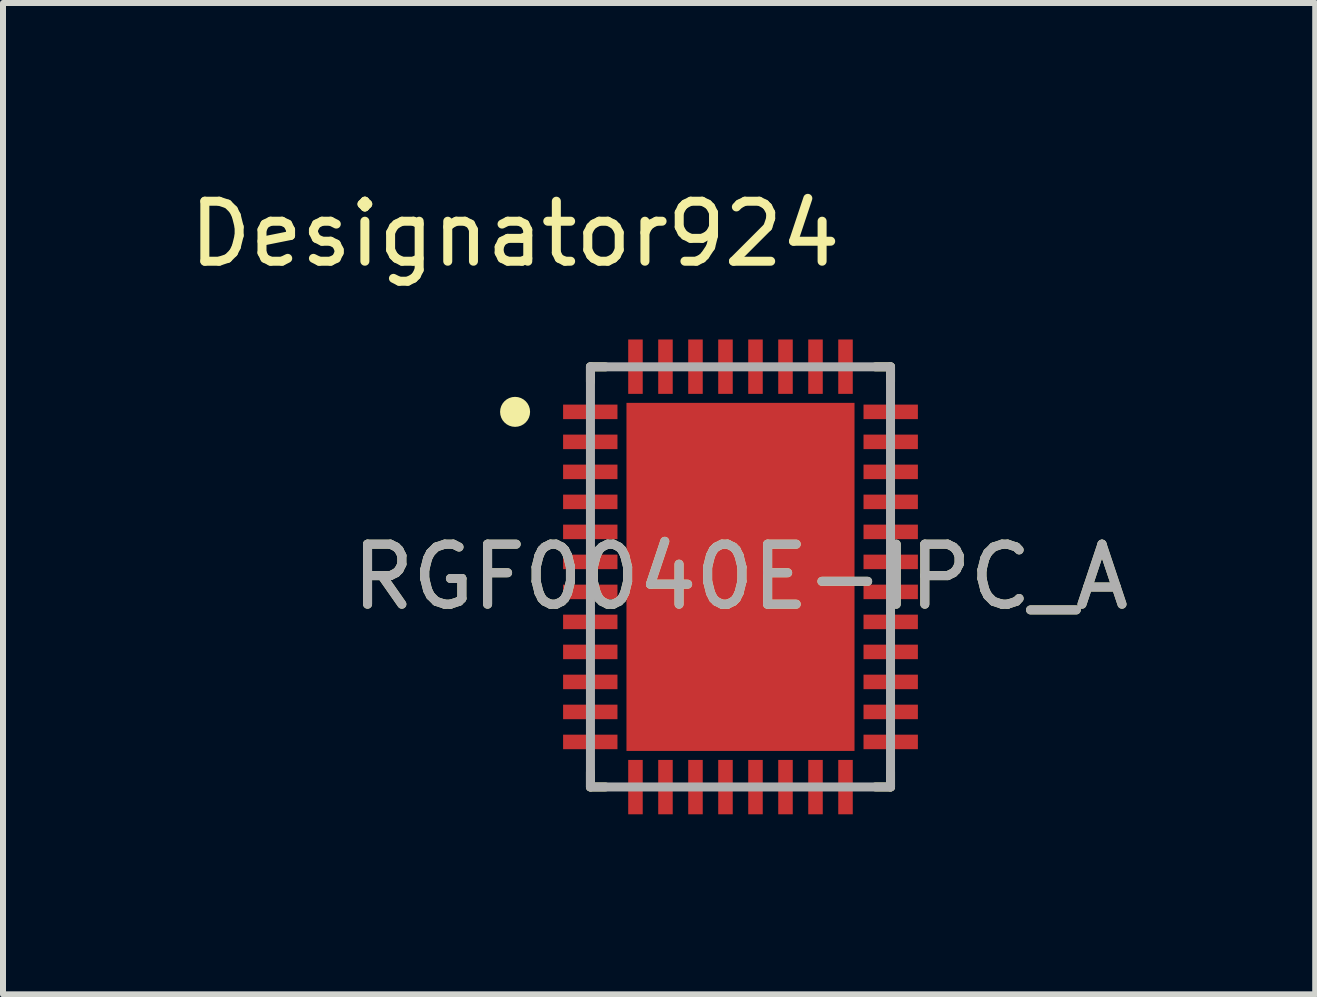
<source format=kicad_pcb>
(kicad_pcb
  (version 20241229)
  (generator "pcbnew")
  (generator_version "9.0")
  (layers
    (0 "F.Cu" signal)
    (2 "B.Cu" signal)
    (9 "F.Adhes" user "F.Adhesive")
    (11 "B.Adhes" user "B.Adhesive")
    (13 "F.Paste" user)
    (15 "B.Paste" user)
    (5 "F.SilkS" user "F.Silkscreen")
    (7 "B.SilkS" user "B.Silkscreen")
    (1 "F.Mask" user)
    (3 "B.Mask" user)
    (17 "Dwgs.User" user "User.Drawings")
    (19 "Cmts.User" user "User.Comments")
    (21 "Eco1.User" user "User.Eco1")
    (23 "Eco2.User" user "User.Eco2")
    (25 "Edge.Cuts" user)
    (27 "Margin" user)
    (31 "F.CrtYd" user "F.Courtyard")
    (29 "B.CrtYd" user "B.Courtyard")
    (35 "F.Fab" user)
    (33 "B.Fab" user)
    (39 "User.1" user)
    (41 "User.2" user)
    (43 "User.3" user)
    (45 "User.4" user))
  (footprint "RGF0040E-IPC_A"
    (layer "F.Cu")
    (at 9.289 6.563)
    (property "Reference" "RGF0040E-IPC_A" (at 0 0 0) (unlocked yes) (layer "F.SilkS") (effects (font (size 1 1) (thickness 0.15))))
    (attr smd)
    (fp_line (start -2.5 -3.5) (end -2.25 -3.5) (stroke (width 0.15) (type solid)) (layer "F.SilkS"))
    (fp_line (start -2.5 -3.25) (end -2.5 -3.5) (stroke (width 0.15) (type solid)) (layer "F.SilkS"))
    (fp_line (start -2.5 3.5) (end -2.5 3.25) (stroke (width 0.15) (type solid)) (layer "F.SilkS"))
    (fp_line (start -2.5 3.5) (end -2.25 3.5) (stroke (width 0.15) (type solid)) (layer "F.SilkS"))
    (fp_line (start 2.25 -3.5) (end 2.5 -3.5) (stroke (width 0.15) (type solid)) (layer "F.SilkS"))
    (fp_line (start 2.25 3.5) (end 2.5 3.5) (stroke (width 0.15) (type solid)) (layer "F.SilkS"))
    (fp_line (start 2.5 -3.25) (end 2.5 -3.5) (stroke (width 0.15) (type solid)) (layer "F.SilkS"))
    (fp_line (start 2.5 3.5) (end 2.5 3.25) (stroke (width 0.15) (type solid)) (layer "F.SilkS"))
    (fp_circle (center -3.756 -2.75) (end -3.631 -2.75) (stroke (width 0.25) (type solid)) (fill no) (layer "F.SilkS"))
    (fp_poly (pts (xy -1.278 -0.311) (xy 1.278 -0.311) (xy 1.278 -2.278) (xy -1.278 -2.278)) (stroke (width 0) (type solid)) (fill yes) (layer "F.Paste"))
    (fp_poly (pts (xy -1.278 2.278) (xy 1.278 2.278) (xy 1.278 0.311) (xy -1.278 0.311)) (stroke (width 0) (type solid)) (fill yes) (layer "F.Paste"))
    (fp_line (start -2.5 -3.5) (end 2.5 -3.5) (stroke (width 0.15) (type solid)) (layer "F.Fab"))
    (fp_line (start -2.5 3.5) (end -2.5 -3.5) (stroke (width 0.15) (type solid)) (layer "F.Fab"))
    (fp_line (start -2.5 3.5) (end 2.5 3.5) (stroke (width 0.15) (type solid)) (layer "F.Fab"))
    (fp_line (start 2.5 3.5) (end 2.5 -3.5) (stroke (width 0.15) (type solid)) (layer "F.Fab"))
    (fp_text user "Designator924" (at -3.759 -5.715 0) (unlocked yes) (layer "F.SilkS") (effects (font (size 1 1) (thickness 0.15))))
    (fp_text user "${REFERENCE}" (at 0 0 0) (unlocked yes) (layer "F.Fab") (effects (font (size 1 1) (thickness 0.15))))
    (pad "1" smd rect (at -2.503 -2.75 90) (size 0.242 0.906) (layers "F.Cu" "F.Mask" "F.Paste"))
    (pad "2" smd rect (at -2.503 -2.25 90) (size 0.242 0.906) (layers "F.Cu" "F.Mask" "F.Paste"))
    (pad "3" smd rect (at -2.503 -1.75 90) (size 0.242 0.906) (layers "F.Cu" "F.Mask" "F.Paste"))
    (pad "4" smd rect (at -2.503 -1.25 90) (size 0.242 0.906) (layers "F.Cu" "F.Mask" "F.Paste"))
    (pad "5" smd rect (at -2.503 -0.75 90) (size 0.242 0.906) (layers "F.Cu" "F.Mask" "F.Paste"))
    (pad "6" smd rect (at -2.503 -0.25 90) (size 0.242 0.906) (layers "F.Cu" "F.Mask" "F.Paste"))
    (pad "7" smd rect (at -2.503 0.25 90) (size 0.242 0.906) (layers "F.Cu" "F.Mask" "F.Paste"))
    (pad "8" smd rect (at -2.503 0.75 90) (size 0.242 0.906) (layers "F.Cu" "F.Mask" "F.Paste"))
    (pad "9" smd rect (at -2.503 1.25 90) (size 0.242 0.906) (layers "F.Cu" "F.Mask" "F.Paste"))
    (pad "10" smd rect (at -2.503 1.75 90) (size 0.242 0.906) (layers "F.Cu" "F.Mask" "F.Paste"))
    (pad "11" smd rect (at -2.503 2.25 90) (size 0.242 0.906) (layers "F.Cu" "F.Mask" "F.Paste"))
    (pad "12" smd rect (at -2.503 2.75 90) (size 0.242 0.906) (layers "F.Cu" "F.Mask" "F.Paste"))
    (pad "13" smd rect (at -1.75 3.503) (size 0.242 0.906) (layers "F.Cu" "F.Mask" "F.Paste"))
    (pad "14" smd rect (at -1.25 3.503) (size 0.242 0.906) (layers "F.Cu" "F.Mask" "F.Paste"))
    (pad "15" smd rect (at -0.75 3.503) (size 0.242 0.906) (layers "F.Cu" "F.Mask" "F.Paste"))
    (pad "16" smd rect (at -0.25 3.503) (size 0.242 0.906) (layers "F.Cu" "F.Mask" "F.Paste"))
    (pad "17" smd rect (at 0.25 3.503) (size 0.242 0.906) (layers "F.Cu" "F.Mask" "F.Paste"))
    (pad "18" smd rect (at 0.75 3.503) (size 0.242 0.906) (layers "F.Cu" "F.Mask" "F.Paste"))
    (pad "19" smd rect (at 1.25 3.503) (size 0.242 0.906) (layers "F.Cu" "F.Mask" "F.Paste"))
    (pad "20" smd rect (at 1.75 3.503) (size 0.242 0.906) (layers "F.Cu" "F.Mask" "F.Paste"))
    (pad "21" smd rect (at 2.503 2.75 90) (size 0.242 0.906) (layers "F.Cu" "F.Mask" "F.Paste"))
    (pad "22" smd rect (at 2.503 2.25 90) (size 0.242 0.906) (layers "F.Cu" "F.Mask" "F.Paste"))
    (pad "23" smd rect (at 2.503 1.75 90) (size 0.242 0.906) (layers "F.Cu" "F.Mask" "F.Paste"))
    (pad "24" smd rect (at 2.503 1.25 90) (size 0.242 0.906) (layers "F.Cu" "F.Mask" "F.Paste"))
    (pad "25" smd rect (at 2.503 0.75 90) (size 0.242 0.906) (layers "F.Cu" "F.Mask" "F.Paste"))
    (pad "26" smd rect (at 2.503 0.25 90) (size 0.242 0.906) (layers "F.Cu" "F.Mask" "F.Paste"))
    (pad "27" smd rect (at 2.503 -0.25 90) (size 0.242 0.906) (layers "F.Cu" "F.Mask" "F.Paste"))
    (pad "28" smd rect (at 2.503 -0.75 90) (size 0.242 0.906) (layers "F.Cu" "F.Mask" "F.Paste"))
    (pad "29" smd rect (at 2.503 -1.25 90) (size 0.242 0.906) (layers "F.Cu" "F.Mask" "F.Paste"))
    (pad "30" smd rect (at 2.503 -1.75 90) (size 0.242 0.906) (layers "F.Cu" "F.Mask" "F.Paste"))
    (pad "31" smd rect (at 2.503 -2.25 90) (size 0.242 0.906) (layers "F.Cu" "F.Mask" "F.Paste"))
    (pad "32" smd rect (at 2.503 -2.75 90) (size 0.242 0.906) (layers "F.Cu" "F.Mask" "F.Paste"))
    (pad "33" smd rect (at 1.75 -3.503) (size 0.242 0.906) (layers "F.Cu" "F.Mask" "F.Paste"))
    (pad "34" smd rect (at 1.25 -3.503) (size 0.242 0.906) (layers "F.Cu" "F.Mask" "F.Paste"))
    (pad "35" smd rect (at 0.75 -3.503) (size 0.242 0.906) (layers "F.Cu" "F.Mask" "F.Paste"))
    (pad "36" smd rect (at 0.25 -3.503) (size 0.242 0.906) (layers "F.Cu" "F.Mask" "F.Paste"))
    (pad "37" smd rect (at -0.25 -3.503) (size 0.242 0.906) (layers "F.Cu" "F.Mask" "F.Paste"))
    (pad "38" smd rect (at -0.75 -3.503) (size 0.242 0.906) (layers "F.Cu" "F.Mask" "F.Paste"))
    (pad "39" smd rect (at -1.25 -3.503) (size 0.242 0.906) (layers "F.Cu" "F.Mask" "F.Paste"))
    (pad "40" smd rect (at -1.75 -3.503) (size 0.242 0.906) (layers "F.Cu" "F.Mask" "F.Paste"))
    (pad "41" smd rect (at 0 0) (size 3.8 5.8) (layers "F.Cu" "F.Mask")))
  (gr_rect
    (start -3 -3)
    (end 18.866 13.519)
    (stroke (width 0.1) (type default))
    (fill no)
    (layer "Edge.Cuts")))
</source>
